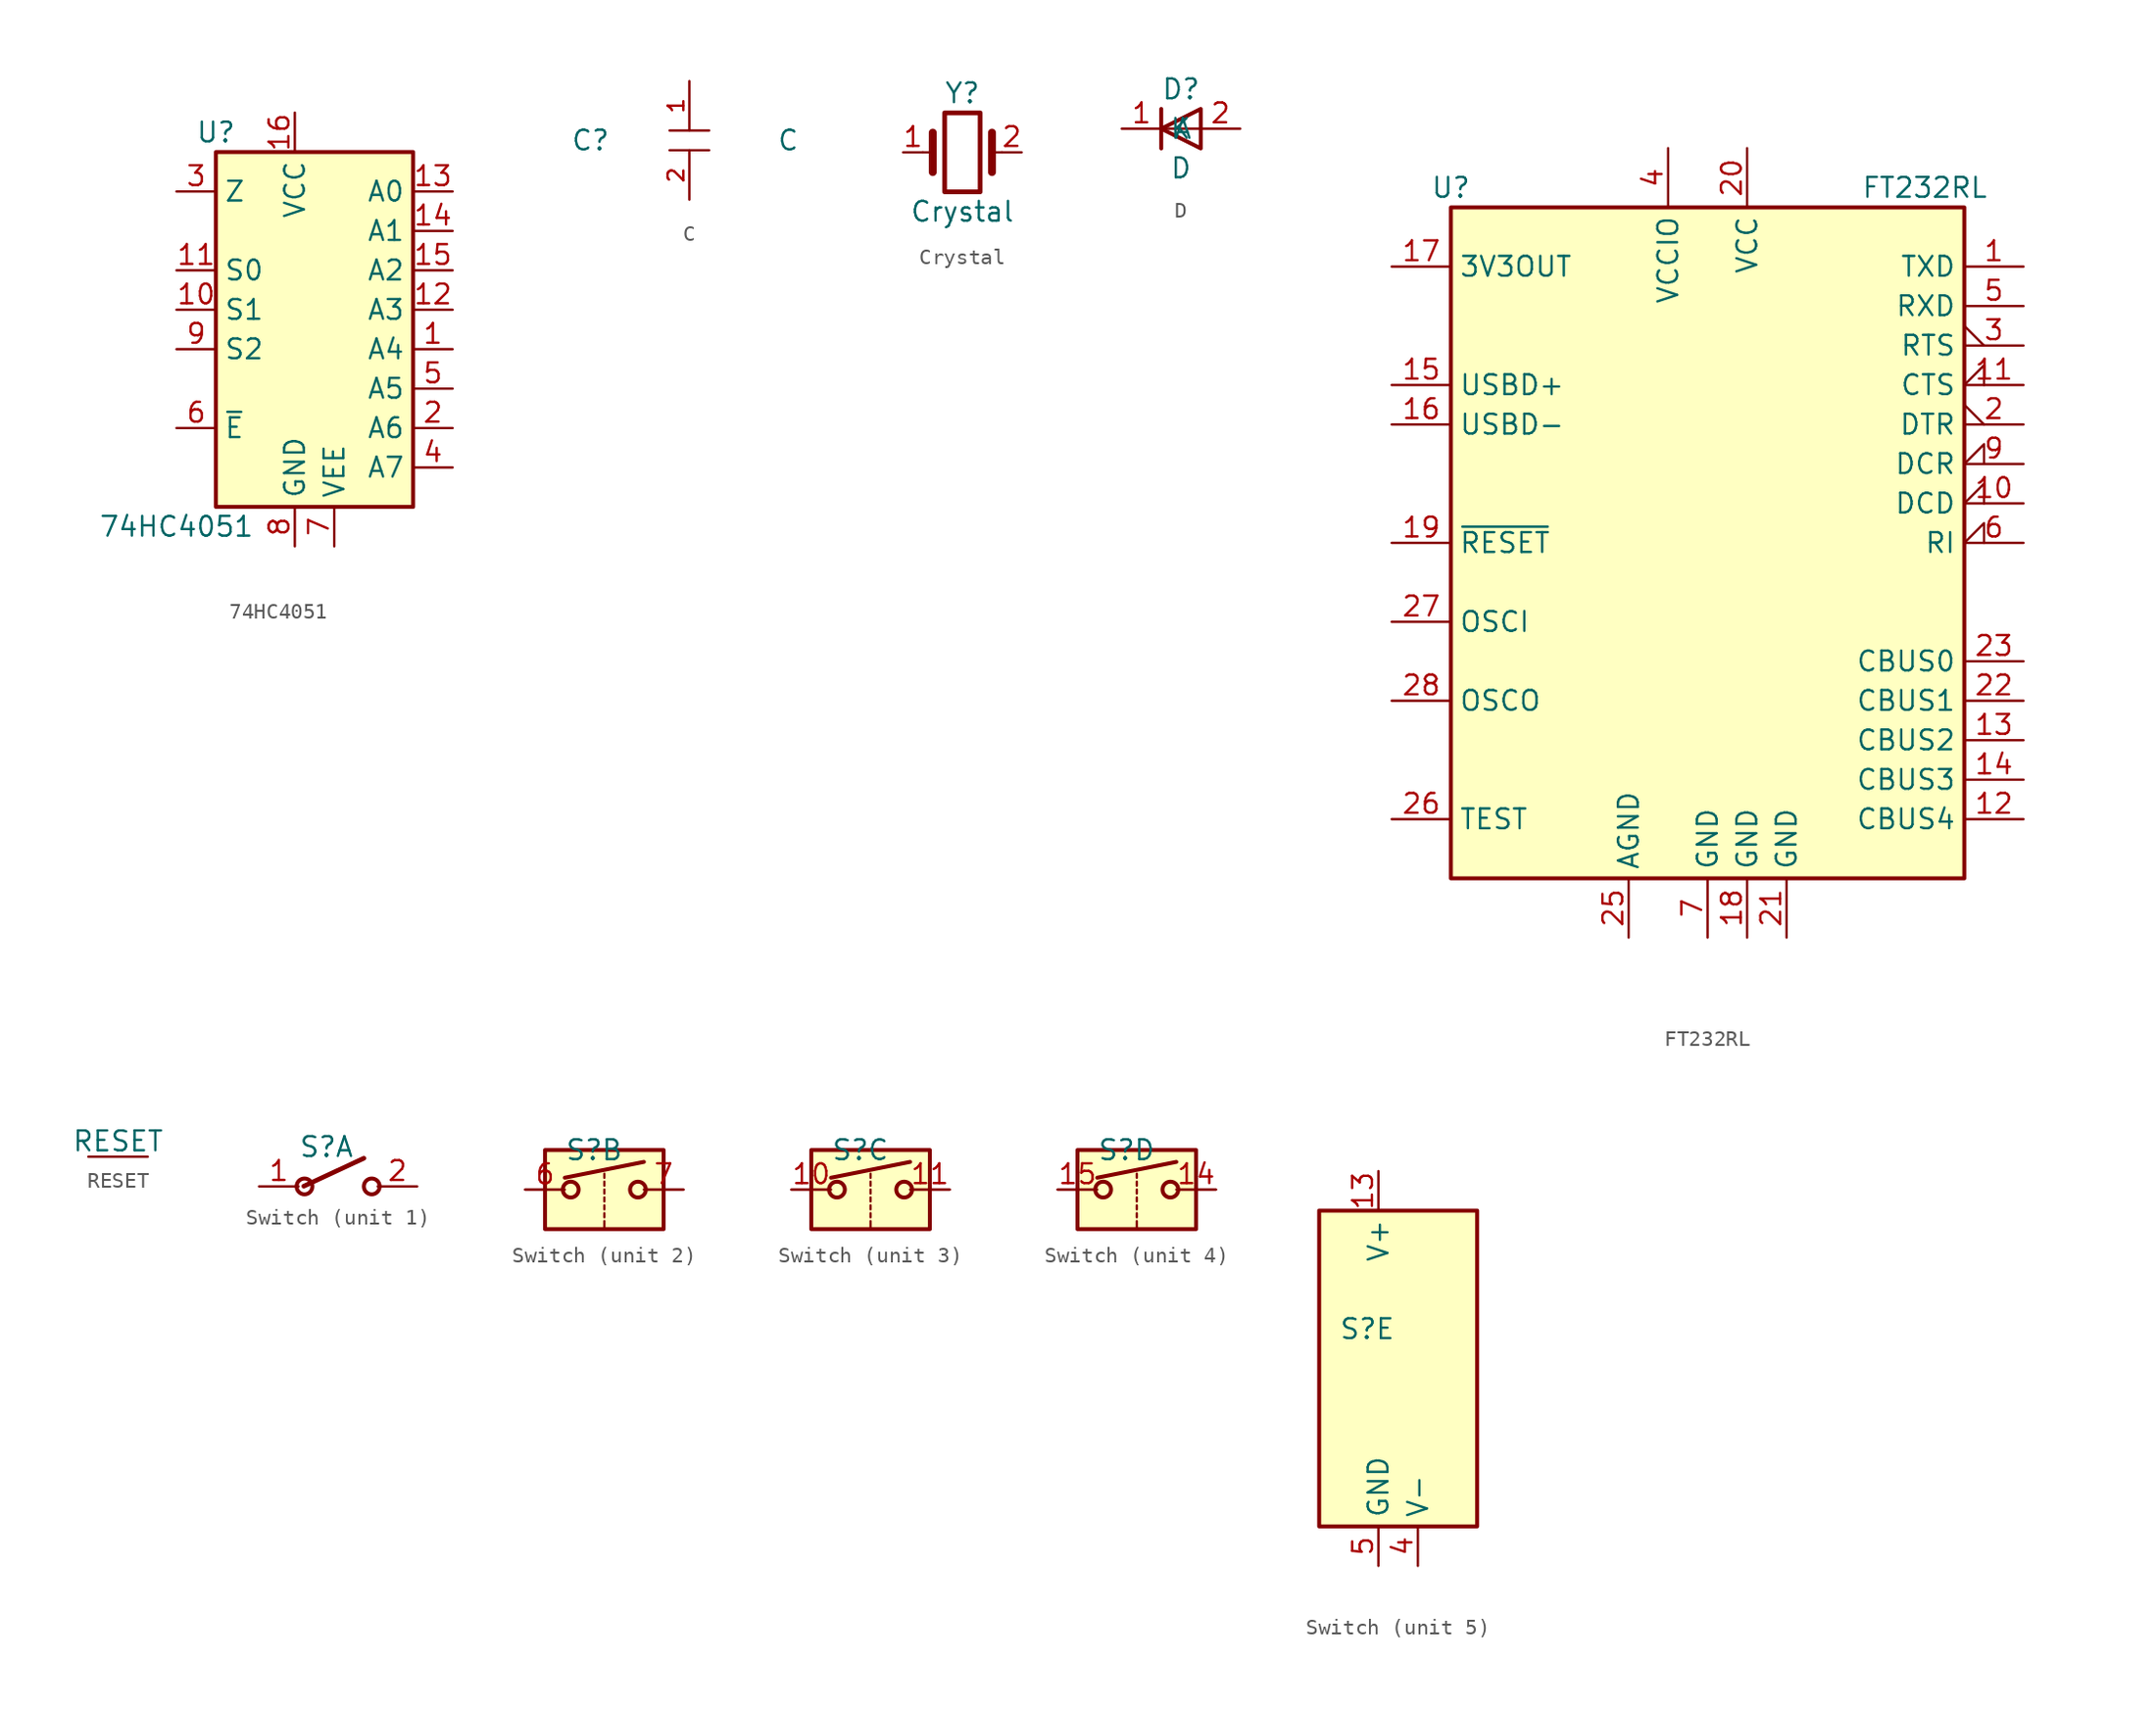
<source format=kicad_sym>
(kicad_symbol_lib
  (version 20211014)
  (generator kicad_symbol_editor)
  (symbol "74HC4051"
    (property "Reference" "U"
      (at -5.08 11.43 0)
      (effects (font (size 1.27 1.27))))
    (property "Value" "74HC4051"
      (at -7.62 -13.97 0)
      (effects (font (size 1.27 1.27))))
    (symbol "74HC4051_0_1"
      (rectangle (start -5.08 10.16) (end 7.62 -12.7) (stroke (width 0.254) (type default) (color 0 0 0 0)) (fill (type background))))
    (symbol "74HC4051_1_1"
      (pin passive line (at 10.16 -2.54 180) (length 2.54) (name "A4" (effects (font (size 1.27 1.27)))) (number "1" (effects (font (size 1.27 1.27)))))
      (pin input line (at -7.62 0 0) (length 2.54) (name "S1" (effects (font (size 1.27 1.27)))) (number "10" (effects (font (size 1.27 1.27)))))
      (pin input line (at -7.62 2.54 0) (length 2.54) (name "S0" (effects (font (size 1.27 1.27)))) (number "11" (effects (font (size 1.27 1.27)))))
      (pin passive line (at 10.16 0 180) (length 2.54) (name "A3" (effects (font (size 1.27 1.27)))) (number "12" (effects (font (size 1.27 1.27)))))
      (pin passive line (at 10.16 7.62 180) (length 2.54) (name "A0" (effects (font (size 1.27 1.27)))) (number "13" (effects (font (size 1.27 1.27)))))
      (pin passive line (at 10.16 5.08 180) (length 2.54) (name "A1" (effects (font (size 1.27 1.27)))) (number "14" (effects (font (size 1.27 1.27)))))
      (pin passive line (at 10.16 2.54 180) (length 2.54) (name "A2" (effects (font (size 1.27 1.27)))) (number "15" (effects (font (size 1.27 1.27)))))
      (pin power_in line (at 0 12.7 270) (length 2.54) (name "VCC" (effects (font (size 1.27 1.27)))) (number "16" (effects (font (size 1.27 1.27)))))
      (pin passive line (at 10.16 -7.62 180) (length 2.54) (name "A6" (effects (font (size 1.27 1.27)))) (number "2" (effects (font (size 1.27 1.27)))))
      (pin passive line (at -7.62 7.62 0) (length 2.54) (name "Z" (effects (font (size 1.27 1.27)))) (number "3" (effects (font (size 1.27 1.27)))))
      (pin passive line (at 10.16 -10.16 180) (length 2.54) (name "A7" (effects (font (size 1.27 1.27)))) (number "4" (effects (font (size 1.27 1.27)))))
      (pin passive line (at 10.16 -5.08 180) (length 2.54) (name "A5" (effects (font (size 1.27 1.27)))) (number "5" (effects (font (size 1.27 1.27)))))
      (pin input line (at -7.62 -7.62 0) (length 2.54) (name "~{E}" (effects (font (size 1.27 1.27)))) (number "6" (effects (font (size 1.27 1.27)))))
      (pin power_in line (at 2.54 -15.24 90) (length 2.54) (name "VEE" (effects (font (size 1.27 1.27)))) (number "7" (effects (font (size 1.27 1.27)))))
      (pin power_in line (at 0 -15.24 90) (length 2.54) (name "GND" (effects (font (size 1.27 1.27)))) (number "8" (effects (font (size 1.27 1.27)))))
      (pin input line (at -7.62 -2.54 0) (length 2.54) (name "S2" (effects (font (size 1.27 1.27)))) (number "9" (effects (font (size 1.27 1.27)))))))
  (symbol "C"
    (property "Reference" "C"
      (at -6.35 0 0)
      (effects (font (size 1.27 1.27))))
    (property "Value" "C"
      (at 6.35 0 0)
      (effects (font (size 1.27 1.27))))
    (symbol "C_0_1"
      (polyline (pts (xy -1.27 -0.635) (xy 1.27 -0.635)) (stroke (width 0) (type default) (color 0 0 0 0)) (fill (type none)))
      (polyline (pts (xy -1.27 0.635) (xy 1.27 0.635)) (stroke (width 0) (type default) (color 0 0 0 0)) (fill (type none))))
    (symbol "C_1_1"
      (pin passive line (at 0 3.81 270) (length 3.16) (name "~" (effects (font (size 1.016 1.016)))) (number "1" (effects (font (size 1.016 1.016)))))
      (pin passive line (at 0 -3.81 90) (length 3.16) (name "~" (effects (font (size 1.016 1.016)))) (number "2" (effects (font (size 1.016 1.016)))))))
  (symbol "Crystal"
    (property "Reference" "Y"
      (at 0 3.81 0)
      (effects (font (size 1.27 1.27))))
    (property "Value" "Crystal"
      (at 0 -3.81 0)
      (effects (font (size 1.27 1.27))))
    (symbol "Crystal_0_1"
      (rectangle (start -1.143 2.54) (end 1.143 -2.54) (stroke (width 0.305) (type default) (color 0 0 0 0)) (fill (type none)))
      (polyline (pts (xy -2.54 0) (xy -1.905 0)) (stroke (width 0) (type default) (color 0 0 0 0)) (fill (type none)))
      (polyline (pts (xy -1.905 -1.27) (xy -1.905 1.27)) (stroke (width 0.508) (type default) (color 0 0 0 0)) (fill (type none)))
      (polyline (pts (xy 1.905 -1.27) (xy 1.905 1.27)) (stroke (width 0.508) (type default) (color 0 0 0 0)) (fill (type none)))
      (polyline (pts (xy 2.54 0) (xy 1.905 0)) (stroke (width 0) (type default) (color 0 0 0 0)) (fill (type none))))
    (symbol "Crystal_1_1"
      (pin passive line (at -3.81 0 0) (length 1.27) (name "" (effects (font (size 1.27 1.27)))) (number "1" (effects (font (size 1.27 1.27)))))
      (pin passive line (at 3.81 0 180) (length 1.27) (name "" (effects (font (size 1.27 1.27)))) (number "2" (effects (font (size 1.27 1.27)))))))
  (symbol "D"
    (property "Reference" "D"
      (at 0 2.54 0)
      (effects (font (size 1.27 1.27))))
    (property "Value" "D"
      (at 0 -2.54 0)
      (effects (font (size 1.27 1.27))))
    (symbol "D_0_1"
      (polyline (pts (xy -1.27 1.27) (xy -1.27 -1.27)) (stroke (width 0.254) (type default) (color 0 0 0 0)) (fill (type none)))
      (polyline (pts (xy 1.27 0) (xy -1.27 0)) (stroke (width 0) (type default) (color 0 0 0 0)) (fill (type none)))
      (polyline (pts (xy 1.27 1.27) (xy 1.27 -1.27) (xy -1.27 0) (xy 1.27 1.27)) (stroke (width 0.254) (type default) (color 0 0 0 0)) (fill (type none))))
    (symbol "D_1_1"
      (pin passive line (at -3.81 0 0) (length 2.54) (name "K" (effects (font (size 1.27 1.27)))) (number "1" (effects (font (size 1.27 1.27)))))
      (pin passive line (at 3.81 0 180) (length 2.54) (name "A" (effects (font (size 1.27 1.27)))) (number "2" (effects (font (size 1.27 1.27)))))))
  (symbol "FT232RL"
    (property "Reference" "U"
      (at -16.51 22.86 0)
      (effects (font (size 1.27 1.27))))
    (property "Value" "FT232RL"
      (at 13.97 22.86 0)
      (effects (font (size 1.27 1.27))))
    (symbol "FT232RL_0_1"
      (rectangle (start -16.51 21.59) (end 16.51 -21.59) (stroke (width 0.254) (type default) (color 0 0 0 0)) (fill (type background))))
    (symbol "FT232RL_1_1"
      (pin output line (at 20.32 17.78 180) (length 3.81) (name "TXD" (effects (font (size 1.27 1.27)))) (number "1" (effects (font (size 1.27 1.27)))))
      (pin input input_low (at 20.32 2.54 180) (length 3.81) (name "DCD" (effects (font (size 1.27 1.27)))) (number "10" (effects (font (size 1.27 1.27)))))
      (pin input input_low (at 20.32 10.16 180) (length 3.81) (name "CTS" (effects (font (size 1.27 1.27)))) (number "11" (effects (font (size 1.27 1.27)))))
      (pin bidirectional line (at 20.32 -17.78 180) (length 3.81) (name "CBUS4" (effects (font (size 1.27 1.27)))) (number "12" (effects (font (size 1.27 1.27)))))
      (pin bidirectional line (at 20.32 -12.7 180) (length 3.81) (name "CBUS2" (effects (font (size 1.27 1.27)))) (number "13" (effects (font (size 1.27 1.27)))))
      (pin bidirectional line (at 20.32 -15.24 180) (length 3.81) (name "CBUS3" (effects (font (size 1.27 1.27)))) (number "14" (effects (font (size 1.27 1.27)))))
      (pin bidirectional line (at -20.32 10.16 0) (length 3.81) (name "USBD+" (effects (font (size 1.27 1.27)))) (number "15" (effects (font (size 1.27 1.27)))))
      (pin bidirectional line (at -20.32 7.62 0) (length 3.81) (name "USBD-" (effects (font (size 1.27 1.27)))) (number "16" (effects (font (size 1.27 1.27)))))
      (pin power_out line (at -20.32 17.78 0) (length 3.81) (name "3V3OUT" (effects (font (size 1.27 1.27)))) (number "17" (effects (font (size 1.27 1.27)))))
      (pin power_in line (at 2.54 -25.4 90) (length 3.81) (name "GND" (effects (font (size 1.27 1.27)))) (number "18" (effects (font (size 1.27 1.27)))))
      (pin input line (at -20.32 0 0) (length 3.81) (name "~{RESET}" (effects (font (size 1.27 1.27)))) (number "19" (effects (font (size 1.27 1.27)))))
      (pin output output_low (at 20.32 7.62 180) (length 3.81) (name "DTR" (effects (font (size 1.27 1.27)))) (number "2" (effects (font (size 1.27 1.27)))))
      (pin power_in line (at 2.54 25.4 270) (length 3.81) (name "VCC" (effects (font (size 1.27 1.27)))) (number "20" (effects (font (size 1.27 1.27)))))
      (pin power_in line (at 5.08 -25.4 90) (length 3.81) (name "GND" (effects (font (size 1.27 1.27)))) (number "21" (effects (font (size 1.27 1.27)))))
      (pin bidirectional line (at 20.32 -10.16 180) (length 3.81) (name "CBUS1" (effects (font (size 1.27 1.27)))) (number "22" (effects (font (size 1.27 1.27)))))
      (pin bidirectional line (at 20.32 -7.62 180) (length 3.81) (name "CBUS0" (effects (font (size 1.27 1.27)))) (number "23" (effects (font (size 1.27 1.27)))))
      (pin power_in line (at -5.08 -25.4 90) (length 3.81) (name "AGND" (effects (font (size 1.27 1.27)))) (number "25" (effects (font (size 1.27 1.27)))))
      (pin input line (at -20.32 -17.78 0) (length 3.81) (name "TEST" (effects (font (size 1.27 1.27)))) (number "26" (effects (font (size 1.27 1.27)))))
      (pin input line (at -20.32 -5.08 0) (length 3.81) (name "OSCI" (effects (font (size 1.27 1.27)))) (number "27" (effects (font (size 1.27 1.27)))))
      (pin output line (at -20.32 -10.16 0) (length 3.81) (name "OSCO" (effects (font (size 1.27 1.27)))) (number "28" (effects (font (size 1.27 1.27)))))
      (pin output output_low (at 20.32 12.7 180) (length 3.81) (name "RTS" (effects (font (size 1.27 1.27)))) (number "3" (effects (font (size 1.27 1.27)))))
      (pin power_in line (at -2.54 25.4 270) (length 3.81) (name "VCCIO" (effects (font (size 1.27 1.27)))) (number "4" (effects (font (size 1.27 1.27)))))
      (pin input line (at 20.32 15.24 180) (length 3.81) (name "RXD" (effects (font (size 1.27 1.27)))) (number "5" (effects (font (size 1.27 1.27)))))
      (pin input input_low (at 20.32 0 180) (length 3.81) (name "RI" (effects (font (size 1.27 1.27)))) (number "6" (effects (font (size 1.27 1.27)))))
      (pin power_in line (at 0 -25.4 90) (length 3.81) (name "GND" (effects (font (size 1.27 1.27)))) (number "7" (effects (font (size 1.27 1.27)))))
      (pin input input_low (at 20.32 5.08 180) (length 3.81) (name "DCR" (effects (font (size 1.27 1.27)))) (number "9" (effects (font (size 1.27 1.27)))))))
  (symbol "RESET"
    (power)
    (pin_names
      (offset 0))
    (property "Reference" "#O"
      (at 0 2.54 0)
      (effects (font (size 1.27 1.27)) hide))
    (symbol "RESET_1_1"
      (pin power_in line (at 0 0 180) (length 3.81) (name "RESET" (effects (font (size 1.27 1.27)))) (number "" (effects (font (size 1.27 1.27)))))))
  (symbol "Switch"
    (property "Reference" "S"
      (at -2.54 2.54 0)
      (effects (font (size 1.27 1.27)) (justify left)))
    (symbol "Switch_1_1"
      (circle (center -2.159 0) (radius 0.508) (stroke (width 0.254) (type default) (color 0 0 0 0)) (fill (type none)))
      (polyline (pts (xy -2.204 0.016) (xy 1.653 1.81)) (stroke (width 0.3) (type default) (color 0 0 0 0)) (fill (type none)))
      (circle (center 2.159 0) (radius 0.508) (stroke (width 0.254) (type default) (color 0 0 0 0)) (fill (type none)))
      (pin passive line (at -5.08 0 0) (length 2.54) (name "~" (effects (font (size 1.27 1.27)))) (number "1" (effects (font (size 1.27 1.27)))))
      (pin passive line (at 5.08 0 180) (length 2.54) (name "~" (effects (font (size 1.27 1.27)))) (number "2" (effects (font (size 1.27 1.27))))))
    (symbol "Switch_2_1"
      (rectangle (start -3.81 2.54) (end 3.81 -2.54) (stroke (width 0.254) (type default) (color 0 0 0 0)) (fill (type background)))
      (circle (center -2.159 0) (radius 0.508) (stroke (width 0.254) (type default) (color 0 0 0 0)) (fill (type none)))
      (polyline (pts (xy -5.08 0) (xy -2.794 0)) (stroke (width 0) (type default) (color 0 0 0 0)) (fill (type none)))
      (polyline (pts (xy -2.54 0.762) (xy 2.54 1.778)) (stroke (width 0.254) (type default) (color 0 0 0 0)) (fill (type none)))
      (polyline (pts (xy 0 -2.54) (xy 0 -2.032)) (stroke (width 0) (type default) (color 0 0 0 0)) (fill (type none)))
      (polyline (pts (xy 0 -1.778) (xy 0 -1.524)) (stroke (width 0) (type default) (color 0 0 0 0)) (fill (type none)))
      (polyline (pts (xy 0 -1.27) (xy 0 -1.016)) (stroke (width 0) (type default) (color 0 0 0 0)) (fill (type none)))
      (polyline (pts (xy 0 -0.762) (xy 0 -0.508)) (stroke (width 0) (type default) (color 0 0 0 0)) (fill (type none)))
      (polyline (pts (xy 0 -0.254) (xy 0 0)) (stroke (width 0) (type default) (color 0 0 0 0)) (fill (type none)))
      (polyline (pts (xy 0 0.254) (xy 0 0.508)) (stroke (width 0) (type default) (color 0 0 0 0)) (fill (type none)))
      (polyline (pts (xy 0 0.762) (xy 0 1.016)) (stroke (width 0) (type default) (color 0 0 0 0)) (fill (type none)))
      (polyline (pts (xy 5.08 0) (xy 2.794 0)) (stroke (width 0) (type default) (color 0 0 0 0)) (fill (type none)))
      (circle (center 2.159 0) (radius 0.508) (stroke (width 0.254) (type default) (color 0 0 0 0)) (fill (type none)))
      (pin passive line (at -5.08 0 0) (length 2.54) (name "~" (effects (font (size 1.27 1.27)))) (number "6" (effects (font (size 1.27 1.27)))))
      (pin passive line (at 5.08 0 180) (length 2.54) (name "~" (effects (font (size 1.27 1.27)))) (number "7" (effects (font (size 1.27 1.27))))))
    (symbol "Switch_3_1"
      (rectangle (start -3.81 2.54) (end 3.81 -2.54) (stroke (width 0.254) (type default) (color 0 0 0 0)) (fill (type background)))
      (circle (center -2.159 0) (radius 0.508) (stroke (width 0.254) (type default) (color 0 0 0 0)) (fill (type none)))
      (polyline (pts (xy -5.08 0) (xy -2.794 0)) (stroke (width 0) (type default) (color 0 0 0 0)) (fill (type none)))
      (polyline (pts (xy -2.54 0.762) (xy 2.54 1.778)) (stroke (width 0.254) (type default) (color 0 0 0 0)) (fill (type none)))
      (polyline (pts (xy 0 -2.54) (xy 0 -2.032)) (stroke (width 0) (type default) (color 0 0 0 0)) (fill (type none)))
      (polyline (pts (xy 0 -1.778) (xy 0 -1.524)) (stroke (width 0) (type default) (color 0 0 0 0)) (fill (type none)))
      (polyline (pts (xy 0 -1.27) (xy 0 -1.016)) (stroke (width 0) (type default) (color 0 0 0 0)) (fill (type none)))
      (polyline (pts (xy 0 -0.762) (xy 0 -0.508)) (stroke (width 0) (type default) (color 0 0 0 0)) (fill (type none)))
      (polyline (pts (xy 0 -0.254) (xy 0 0)) (stroke (width 0) (type default) (color 0 0 0 0)) (fill (type none)))
      (polyline (pts (xy 0 0.254) (xy 0 0.508)) (stroke (width 0) (type default) (color 0 0 0 0)) (fill (type none)))
      (polyline (pts (xy 0 0.762) (xy 0 1.016)) (stroke (width 0) (type default) (color 0 0 0 0)) (fill (type none)))
      (polyline (pts (xy 5.08 0) (xy 2.794 0)) (stroke (width 0) (type default) (color 0 0 0 0)) (fill (type none)))
      (circle (center 2.159 0) (radius 0.508) (stroke (width 0.254) (type default) (color 0 0 0 0)) (fill (type none)))
      (pin passive line (at -5.08 0 0) (length 2.54) (name "~" (effects (font (size 1.27 1.27)))) (number "10" (effects (font (size 1.27 1.27)))))
      (pin passive line (at 5.08 0 180) (length 2.54) (name "~" (effects (font (size 1.27 1.27)))) (number "11" (effects (font (size 1.27 1.27))))))
    (symbol "Switch_4_1"
      (rectangle (start -3.81 2.54) (end 3.81 -2.54) (stroke (width 0.254) (type default) (color 0 0 0 0)) (fill (type background)))
      (circle (center -2.159 0) (radius 0.508) (stroke (width 0.254) (type default) (color 0 0 0 0)) (fill (type none)))
      (polyline (pts (xy -5.08 0) (xy -2.794 0)) (stroke (width 0) (type default) (color 0 0 0 0)) (fill (type none)))
      (polyline (pts (xy -2.54 0.762) (xy 2.54 1.778)) (stroke (width 0.254) (type default) (color 0 0 0 0)) (fill (type none)))
      (polyline (pts (xy 0 -2.54) (xy 0 -2.032)) (stroke (width 0) (type default) (color 0 0 0 0)) (fill (type none)))
      (polyline (pts (xy 0 -1.778) (xy 0 -1.524)) (stroke (width 0) (type default) (color 0 0 0 0)) (fill (type none)))
      (polyline (pts (xy 0 -1.27) (xy 0 -1.016)) (stroke (width 0) (type default) (color 0 0 0 0)) (fill (type none)))
      (polyline (pts (xy 0 -0.762) (xy 0 -0.508)) (stroke (width 0) (type default) (color 0 0 0 0)) (fill (type none)))
      (polyline (pts (xy 0 -0.254) (xy 0 0)) (stroke (width 0) (type default) (color 0 0 0 0)) (fill (type none)))
      (polyline (pts (xy 0 0.254) (xy 0 0.508)) (stroke (width 0) (type default) (color 0 0 0 0)) (fill (type none)))
      (polyline (pts (xy 0 0.762) (xy 0 1.016)) (stroke (width 0) (type default) (color 0 0 0 0)) (fill (type none)))
      (polyline (pts (xy 5.08 0) (xy 2.794 0)) (stroke (width 0) (type default) (color 0 0 0 0)) (fill (type none)))
      (circle (center 2.159 0) (radius 0.508) (stroke (width 0.254) (type default) (color 0 0 0 0)) (fill (type none)))
      (pin passive line (at 5.08 0 180) (length 2.54) (name "~" (effects (font (size 1.27 1.27)))) (number "14" (effects (font (size 1.27 1.27)))))
      (pin passive line (at -5.08 0 0) (length 2.54) (name "~" (effects (font (size 1.27 1.27)))) (number "15" (effects (font (size 1.27 1.27))))))
    (symbol "Switch_5_0"
      (pin no_connect line (at 2.54 10.16 270) (length 2.54) hide (name "NC" (effects (font (size 1.27 1.27)))) (number "12" (effects (font (size 1.27 1.27)))))
      (pin power_in line (at 0 12.7 270) (length 2.54) (name "V+" (effects (font (size 1.27 1.27)))) (number "13" (effects (font (size 1.27 1.27)))))
      (pin power_in line (at 2.54 -12.7 90) (length 2.54) (name "V-" (effects (font (size 1.27 1.27)))) (number "4" (effects (font (size 1.27 1.27)))))
      (pin power_in line (at 0 -12.7 90) (length 2.54) (name "GND" (effects (font (size 1.27 1.27)))) (number "5" (effects (font (size 1.27 1.27))))))
    (symbol "Switch_5_1"
      (rectangle (start -3.81 10.16) (end 6.35 -10.16) (stroke (width 0.254) (type default) (color 0 0 0 0)) (fill (type background))))))
</source>
